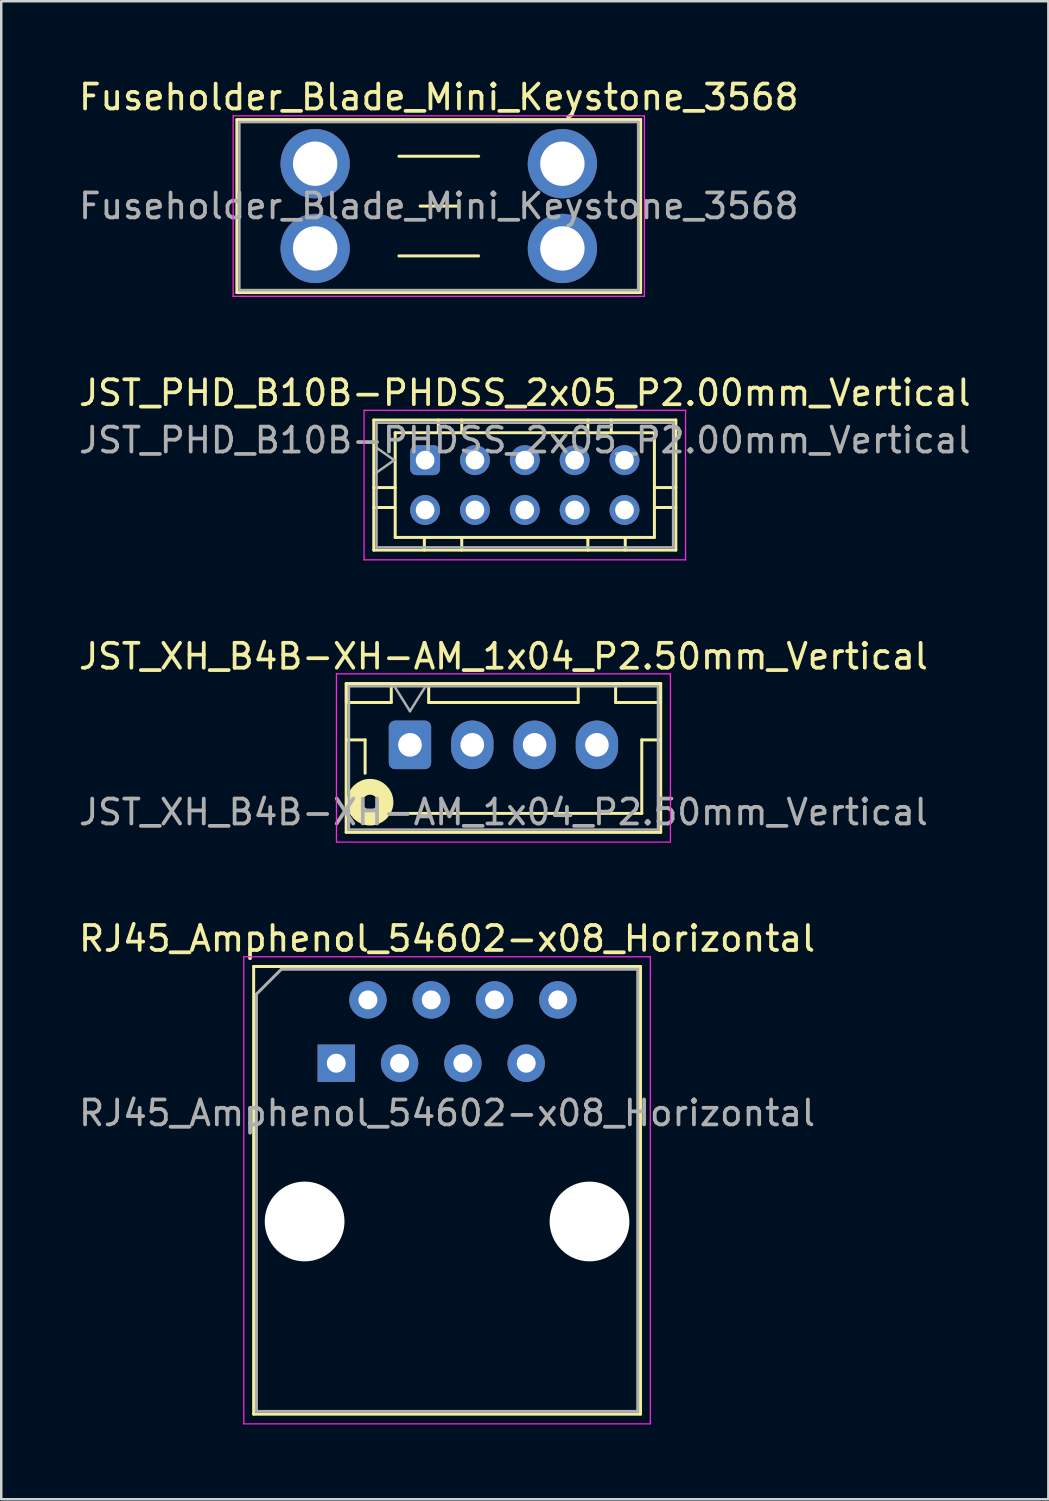
<source format=kicad_pcb>
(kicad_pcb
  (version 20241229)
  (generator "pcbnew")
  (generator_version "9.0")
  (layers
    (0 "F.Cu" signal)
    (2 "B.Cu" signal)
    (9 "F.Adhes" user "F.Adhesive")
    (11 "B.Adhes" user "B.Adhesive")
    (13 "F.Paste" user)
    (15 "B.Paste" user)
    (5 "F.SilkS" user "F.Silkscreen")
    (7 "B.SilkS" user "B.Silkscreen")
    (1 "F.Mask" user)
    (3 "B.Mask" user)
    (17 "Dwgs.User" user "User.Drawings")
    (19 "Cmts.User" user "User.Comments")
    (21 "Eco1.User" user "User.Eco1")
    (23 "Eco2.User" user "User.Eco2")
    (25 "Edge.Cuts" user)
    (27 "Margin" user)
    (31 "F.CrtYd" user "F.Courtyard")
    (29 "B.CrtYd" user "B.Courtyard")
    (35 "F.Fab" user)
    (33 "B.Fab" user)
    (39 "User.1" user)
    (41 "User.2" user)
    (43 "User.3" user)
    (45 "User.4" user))
  (footprint "JST_XH_B4B-XH-AM_1x04_P2.50mm_Vertical"
    (layer "F.Cu")
    (at 13.399 26.835)
    (property "Reference" "JST_XH_B4B-XH-AM_1x04_P2.50mm_Vertical" (at 3.75 -3.55 180) (layer "F.SilkS") (effects (font (size 1 1) (thickness 0.15))))
    (attr through_hole)
    (fp_line (start -2.56 -2.46) (end -2.56 3.51) (stroke (width 0.12) (type solid)) (layer "F.SilkS"))
    (fp_line (start -2.56 3.51) (end 10.06 3.51) (stroke (width 0.12) (type solid)) (layer "F.SilkS"))
    (fp_line (start -2.55 -2.45) (end -2.55 -1.7) (stroke (width 0.12) (type solid)) (layer "F.SilkS"))
    (fp_line (start -2.55 -1.7) (end -0.75 -1.7) (stroke (width 0.12) (type solid)) (layer "F.SilkS"))
    (fp_line (start -2.55 -0.2) (end -1.8 -0.2) (stroke (width 0.12) (type solid)) (layer "F.SilkS"))
    (fp_line (start -1.8 -0.2) (end -1.8 1.14) (stroke (width 0.12) (type solid)) (layer "F.SilkS"))
    (fp_line (start -0.75 -2.45) (end -2.55 -2.45) (stroke (width 0.12) (type solid)) (layer "F.SilkS"))
    (fp_line (start -0.75 -1.7) (end -0.75 -2.45) (stroke (width 0.12) (type solid)) (layer "F.SilkS"))
    (fp_line (start 0.75 -2.45) (end 0.75 -1.7) (stroke (width 0.12) (type solid)) (layer "F.SilkS"))
    (fp_line (start 0.75 -1.7) (end 6.75 -1.7) (stroke (width 0.12) (type solid)) (layer "F.SilkS"))
    (fp_line (start 3.75 2.75) (end -0.74 2.75) (stroke (width 0.12) (type solid)) (layer "F.SilkS"))
    (fp_line (start 6.75 -2.45) (end 0.75 -2.45) (stroke (width 0.12) (type solid)) (layer "F.SilkS"))
    (fp_line (start 6.75 -1.7) (end 6.75 -2.45) (stroke (width 0.12) (type solid)) (layer "F.SilkS"))
    (fp_line (start 8.25 -2.45) (end 8.25 -1.7) (stroke (width 0.12) (type solid)) (layer "F.SilkS"))
    (fp_line (start 8.25 -1.7) (end 10.05 -1.7) (stroke (width 0.12) (type solid)) (layer "F.SilkS"))
    (fp_line (start 9.3 -0.2) (end 9.3 2.75) (stroke (width 0.12) (type solid)) (layer "F.SilkS"))
    (fp_line (start 9.3 2.75) (end 3.75 2.75) (stroke (width 0.12) (type solid)) (layer "F.SilkS"))
    (fp_line (start 10.05 -2.45) (end 8.25 -2.45) (stroke (width 0.12) (type solid)) (layer "F.SilkS"))
    (fp_line (start 10.05 -1.7) (end 10.05 -2.45) (stroke (width 0.12) (type solid)) (layer "F.SilkS"))
    (fp_line (start 10.05 -0.2) (end 9.3 -0.2) (stroke (width 0.12) (type solid)) (layer "F.SilkS"))
    (fp_line (start 10.06 -2.46) (end -2.56 -2.46) (stroke (width 0.12) (type solid)) (layer "F.SilkS"))
    (fp_line (start 10.06 3.51) (end 10.06 -2.46) (stroke (width 0.12) (type solid)) (layer "F.SilkS"))
    (fp_circle (center -1.6 2.3) (end -1.3 2.3) (stroke (width 0.635) (type solid)) (fill no) (layer "F.SilkS"))
    (fp_line (start -2.95 -2.85) (end -2.95 3.9) (stroke (width 0.05) (type solid)) (layer "F.CrtYd"))
    (fp_line (start -2.95 3.9) (end 10.45 3.9) (stroke (width 0.05) (type solid)) (layer "F.CrtYd"))
    (fp_line (start 10.45 -2.85) (end -2.95 -2.85) (stroke (width 0.05) (type solid)) (layer "F.CrtYd"))
    (fp_line (start 10.45 3.9) (end 10.45 -2.85) (stroke (width 0.05) (type solid)) (layer "F.CrtYd"))
    (fp_line (start -2.45 -2.35) (end -2.45 3.4) (stroke (width 0.1) (type solid)) (layer "F.Fab"))
    (fp_line (start -2.45 3.4) (end 9.95 3.4) (stroke (width 0.1) (type solid)) (layer "F.Fab"))
    (fp_line (start -0.625 -2.35) (end 0 -1.35) (stroke (width 0.1) (type solid)) (layer "F.Fab"))
    (fp_line (start 0 -1.35) (end 0.625 -2.35) (stroke (width 0.1) (type solid)) (layer "F.Fab"))
    (fp_line (start 9.95 -2.35) (end -2.45 -2.35) (stroke (width 0.1) (type solid)) (layer "F.Fab"))
    (fp_line (start 9.95 3.4) (end 9.95 -2.35) (stroke (width 0.1) (type solid)) (layer "F.Fab"))
    (fp_text user "${REFERENCE}" (at 3.75 2.7 180) (layer "F.Fab") (effects (font (size 1 1) (thickness 0.15))))
    (pad "1" thru_hole roundrect (at 0 0) (size 1.7 1.95) (drill 0.95) (layers "*.Cu" "*.Mask") (roundrect_rratio 0.147))
    (pad "2" thru_hole oval (at 2.5 0) (size 1.7 1.95) (drill 0.95) (layers "*.Cu" "*.Mask"))
    (pad "3" thru_hole oval (at 5 0) (size 1.7 1.95) (drill 0.95) (layers "*.Cu" "*.Mask"))
    (pad "4" thru_hole oval (at 7.5 0) (size 1.7 1.95) (drill 0.95) (layers "*.Cu" "*.Mask")))
  (footprint "RJ45_Amphenol_54602-x08_Horizontal"
    (layer "F.Cu")
    (at 10.442 39.608)
    (property "Reference" "RJ45_Amphenol_54602-x08_Horizontal" (at 4.445 -5 0) (layer "F.SilkS") (effects (font (size 1 1) (thickness 0.15))))
    (attr through_hole)
    (fp_line (start -3.315 -3.88) (end -3.315 14.08) (stroke (width 0.12) (type solid)) (layer "F.SilkS"))
    (fp_line (start -3.315 14.08) (end 12.205 14.08) (stroke (width 0.12) (type solid)) (layer "F.SilkS"))
    (fp_line (start 12.205 -3.88) (end -3.315 -3.88) (stroke (width 0.12) (type solid)) (layer "F.SilkS"))
    (fp_line (start 12.205 -3.88) (end 12.205 14.08) (stroke (width 0.12) (type solid)) (layer "F.SilkS"))
    (fp_line (start -3.71 -4.27) (end -3.71 14.47) (stroke (width 0.05) (type solid)) (layer "F.CrtYd"))
    (fp_line (start -3.71 -4.27) (end 12.6 -4.27) (stroke (width 0.05) (type solid)) (layer "F.CrtYd"))
    (fp_line (start 12.6 14.47) (end -3.71 14.47) (stroke (width 0.05) (type solid)) (layer "F.CrtYd"))
    (fp_line (start 12.6 14.47) (end 12.6 -4.27) (stroke (width 0.05) (type solid)) (layer "F.CrtYd"))
    (fp_line (start -3.205 -2.77) (end -2.205 -3.77) (stroke (width 0.12) (type solid)) (layer "F.Fab"))
    (fp_line (start -3.205 13.97) (end -3.205 -2.77) (stroke (width 0.12) (type solid)) (layer "F.Fab"))
    (fp_line (start -2.205 -3.77) (end 12.095 -3.77) (stroke (width 0.12) (type solid)) (layer "F.Fab"))
    (fp_line (start 12.095 -3.77) (end 12.095 13.97) (stroke (width 0.12) (type solid)) (layer "F.Fab"))
    (fp_line (start 12.095 13.97) (end -3.205 13.97) (stroke (width 0.12) (type solid)) (layer "F.Fab"))
    (fp_text user "${REFERENCE}" (at 4.445 2 0) (layer "F.Fab") (effects (font (size 1 1) (thickness 0.15))))
    (pad "" np_thru_hole circle (at -1.27 6.35) (size 3.2 3.2) (drill 3.2) (layers "*.Cu" "*.Mask"))
    (pad "" np_thru_hole circle (at 10.16 6.35) (size 3.2 3.2) (drill 3.2) (layers "*.Cu" "*.Mask"))
    (pad "1" thru_hole rect (at 0 0) (size 1.5 1.5) (drill 0.76) (layers "*.Cu" "*.Mask"))
    (pad "2" thru_hole circle (at 1.27 -2.54) (size 1.5 1.5) (drill 0.76) (layers "*.Cu" "*.Mask"))
    (pad "3" thru_hole circle (at 2.54 0) (size 1.5 1.5) (drill 0.76) (layers "*.Cu" "*.Mask"))
    (pad "4" thru_hole circle (at 3.81 -2.54) (size 1.5 1.5) (drill 0.76) (layers "*.Cu" "*.Mask"))
    (pad "5" thru_hole circle (at 5.08 0) (size 1.5 1.5) (drill 0.76) (layers "*.Cu" "*.Mask"))
    (pad "6" thru_hole circle (at 6.35 -2.54) (size 1.5 1.5) (drill 0.76) (layers "*.Cu" "*.Mask"))
    (pad "7" thru_hole circle (at 7.62 0) (size 1.5 1.5) (drill 0.76) (layers "*.Cu" "*.Mask"))
    (pad "8" thru_hole circle (at 8.89 -2.54) (size 1.5 1.5) (drill 0.76) (layers "*.Cu" "*.Mask")))
  (footprint "Fuseholder_Blade_Mini_Keystone_3568"
    (layer "F.Cu")
    (at 9.594 3.518)
    (property "Reference" "Fuseholder_Blade_Mini_Keystone_3568" (at 4.96 -2.67 180) (layer "F.SilkS") (effects (font (size 1 1) (thickness 0.15))))
    (attr through_hole)
    (fp_line (start -3.14 -1.77) (end -3.14 5.17) (stroke (width 0.12) (type solid)) (layer "F.SilkS"))
    (fp_line (start -3.14 5.17) (end 13.06 5.17) (stroke (width 0.12) (type solid)) (layer "F.SilkS"))
    (fp_line (start 3.36 -0.3) (end 6.56 -0.3) (stroke (width 0.12) (type solid)) (layer "F.SilkS"))
    (fp_line (start 4.21 1.7) (end 5.71 1.7) (stroke (width 0.12) (type solid)) (layer "F.SilkS"))
    (fp_line (start 6.56 3.7) (end 3.36 3.7) (stroke (width 0.12) (type solid)) (layer "F.SilkS"))
    (fp_line (start 13.06 -1.77) (end -3.14 -1.77) (stroke (width 0.12) (type solid)) (layer "F.SilkS"))
    (fp_line (start 13.06 5.17) (end 13.06 -1.77) (stroke (width 0.12) (type solid)) (layer "F.SilkS"))
    (fp_line (start -3.29 -1.92) (end -3.29 5.32) (stroke (width 0.05) (type solid)) (layer "F.CrtYd"))
    (fp_line (start -3.29 5.32) (end 13.21 5.32) (stroke (width 0.05) (type solid)) (layer "F.CrtYd"))
    (fp_line (start 13.21 -1.92) (end -3.29 -1.92) (stroke (width 0.05) (type solid)) (layer "F.CrtYd"))
    (fp_line (start 13.21 5.32) (end 13.21 -1.92) (stroke (width 0.05) (type solid)) (layer "F.CrtYd"))
    (fp_line (start -3.04 -1.67) (end -3.04 5.07) (stroke (width 0.1) (type solid)) (layer "F.Fab"))
    (fp_line (start -3.04 5.07) (end 12.96 5.07) (stroke (width 0.1) (type solid)) (layer "F.Fab"))
    (fp_line (start 12.96 -1.67) (end -3.04 -1.67) (stroke (width 0.1) (type solid)) (layer "F.Fab"))
    (fp_line (start 12.96 5.07) (end 12.96 -1.67) (stroke (width 0.1) (type solid)) (layer "F.Fab"))
    (fp_text user "${REFERENCE}" (at 4.96 1.7 180) (layer "F.Fab") (effects (font (size 1 1) (thickness 0.15))))
    (pad "1" thru_hole circle (at 0 0) (size 2.78 2.78) (drill 1.78) (layers "*.Cu" "*.Mask"))
    (pad "1" thru_hole circle (at 0 3.4) (size 2.78 2.78) (drill 1.78) (layers "*.Cu" "*.Mask"))
    (pad "2" thru_hole circle (at 9.92 0) (size 2.78 2.78) (drill 1.78) (layers "*.Cu" "*.Mask"))
    (pad "2" thru_hole circle (at 9.92 3.4) (size 2.78 2.78) (drill 1.78) (layers "*.Cu" "*.Mask")))
  (footprint "JST_PHD_B10B-PHDSS_2x05_P2.00mm_Vertical"
    (layer "F.Cu")
    (at 14.006 15.412)
    (property "Reference" "JST_PHD_B10B-PHDSS_2x05_P2.00mm_Vertical" (at 4 -2.7 0) (layer "F.SilkS") (effects (font (size 1 1) (thickness 0.15))))
    (attr through_hole)
    (fp_line (start -2.06 -1.61) (end -2.06 3.61) (stroke (width 0.12) (type solid)) (layer "F.SilkS"))
    (fp_line (start -2.06 1.1) (end -1.2 1.1) (stroke (width 0.12) (type solid)) (layer "F.SilkS"))
    (fp_line (start -2.06 1.9) (end -1.2 1.9) (stroke (width 0.12) (type solid)) (layer "F.SilkS"))
    (fp_line (start -2.06 3.61) (end 10.06 3.61) (stroke (width 0.12) (type solid)) (layer "F.SilkS"))
    (fp_line (start -1.2 -1.1) (end -1.2 3.1) (stroke (width 0.12) (type solid)) (layer "F.SilkS"))
    (fp_line (start -1.2 3.1) (end 9.2 3.1) (stroke (width 0.12) (type solid)) (layer "F.SilkS"))
    (fp_line (start -0.03 3.61) (end -0.03 3.1) (stroke (width 0.12) (type solid)) (layer "F.SilkS"))
    (fp_line (start 0.53 -1.61) (end 0.53 -1.1) (stroke (width 0.12) (type solid)) (layer "F.SilkS"))
    (fp_line (start 1.47 -1.61) (end 1.47 -1.1) (stroke (width 0.12) (type solid)) (layer "F.SilkS"))
    (fp_line (start 1.47 3.61) (end 1.47 3.1) (stroke (width 0.12) (type solid)) (layer "F.SilkS"))
    (fp_line (start 6.53 -1.61) (end 6.53 -1.1) (stroke (width 0.12) (type solid)) (layer "F.SilkS"))
    (fp_line (start 6.53 3.61) (end 6.53 3.1) (stroke (width 0.12) (type solid)) (layer "F.SilkS"))
    (fp_line (start 7.47 -1.61) (end 7.47 -1.1) (stroke (width 0.12) (type solid)) (layer "F.SilkS"))
    (fp_line (start 8.03 3.61) (end 8.03 3.1) (stroke (width 0.12) (type solid)) (layer "F.SilkS"))
    (fp_line (start 9.2 -1.1) (end -1.2 -1.1) (stroke (width 0.12) (type solid)) (layer "F.SilkS"))
    (fp_line (start 9.2 3.1) (end 9.2 -1.1) (stroke (width 0.12) (type solid)) (layer "F.SilkS"))
    (fp_line (start 10.06 -1.61) (end -2.06 -1.61) (stroke (width 0.12) (type solid)) (layer "F.SilkS"))
    (fp_line (start 10.06 1.1) (end 9.2 1.1) (stroke (width 0.12) (type solid)) (layer "F.SilkS"))
    (fp_line (start 10.06 1.9) (end 9.2 1.9) (stroke (width 0.12) (type solid)) (layer "F.SilkS"))
    (fp_line (start 10.06 3.61) (end 10.06 -1.61) (stroke (width 0.12) (type solid)) (layer "F.SilkS"))
    (fp_line (start -2.45 -2) (end -2.45 4) (stroke (width 0.05) (type solid)) (layer "F.CrtYd"))
    (fp_line (start -2.45 4) (end 10.45 4) (stroke (width 0.05) (type solid)) (layer "F.CrtYd"))
    (fp_line (start 10.45 -2) (end -2.45 -2) (stroke (width 0.05) (type solid)) (layer "F.CrtYd"))
    (fp_line (start 10.45 4) (end 10.45 -2) (stroke (width 0.05) (type solid)) (layer "F.CrtYd"))
    (fp_line (start -1.95 -1.5) (end -1.95 3.5) (stroke (width 0.1) (type solid)) (layer "F.Fab"))
    (fp_line (start -1.95 0.5) (end -1.243 0) (stroke (width 0.1) (type solid)) (layer "F.Fab"))
    (fp_line (start -1.95 3.5) (end 9.95 3.5) (stroke (width 0.1) (type solid)) (layer "F.Fab"))
    (fp_line (start -1.243 0) (end -1.95 -0.5) (stroke (width 0.1) (type solid)) (layer "F.Fab"))
    (fp_line (start 9.95 -1.5) (end -1.95 -1.5) (stroke (width 0.1) (type solid)) (layer "F.Fab"))
    (fp_line (start 9.95 3.5) (end 9.95 -1.5) (stroke (width 0.1) (type solid)) (layer "F.Fab"))
    (fp_text user "${REFERENCE}" (at 4 -0.8 0) (layer "F.Fab") (effects (font (size 1 1) (thickness 0.15))))
    (pad "1" thru_hole roundrect (at 0 0) (size 1.2 1.2) (drill 0.75) (layers "*.Cu" "*.Mask") (roundrect_rratio 0.208))
    (pad "2" thru_hole circle (at 0 2) (size 1.2 1.2) (drill 0.75) (layers "*.Cu" "*.Mask"))
    (pad "3" thru_hole circle (at 2 0) (size 1.2 1.2) (drill 0.75) (layers "*.Cu" "*.Mask"))
    (pad "4" thru_hole circle (at 2 2) (size 1.2 1.2) (drill 0.75) (layers "*.Cu" "*.Mask"))
    (pad "5" thru_hole circle (at 4 0) (size 1.2 1.2) (drill 0.75) (layers "*.Cu" "*.Mask"))
    (pad "6" thru_hole circle (at 4 2) (size 1.2 1.2) (drill 0.75) (layers "*.Cu" "*.Mask"))
    (pad "7" thru_hole circle (at 6 0) (size 1.2 1.2) (drill 0.75) (layers "*.Cu" "*.Mask"))
    (pad "8" thru_hole circle (at 6 2) (size 1.2 1.2) (drill 0.75) (layers "*.Cu" "*.Mask"))
    (pad "9" thru_hole circle (at 8 0) (size 1.2 1.2) (drill 0.75) (layers "*.Cu" "*.Mask"))
    (pad "10" thru_hole circle (at 8 2) (size 1.2 1.2) (drill 0.75) (layers "*.Cu" "*.Mask")))
  (gr_rect
    (start -3 -3)
    (end 39.012 57.103)
    (stroke (width 0.1) (type default))
    (fill no)
    (layer "Edge.Cuts")))
</source>
